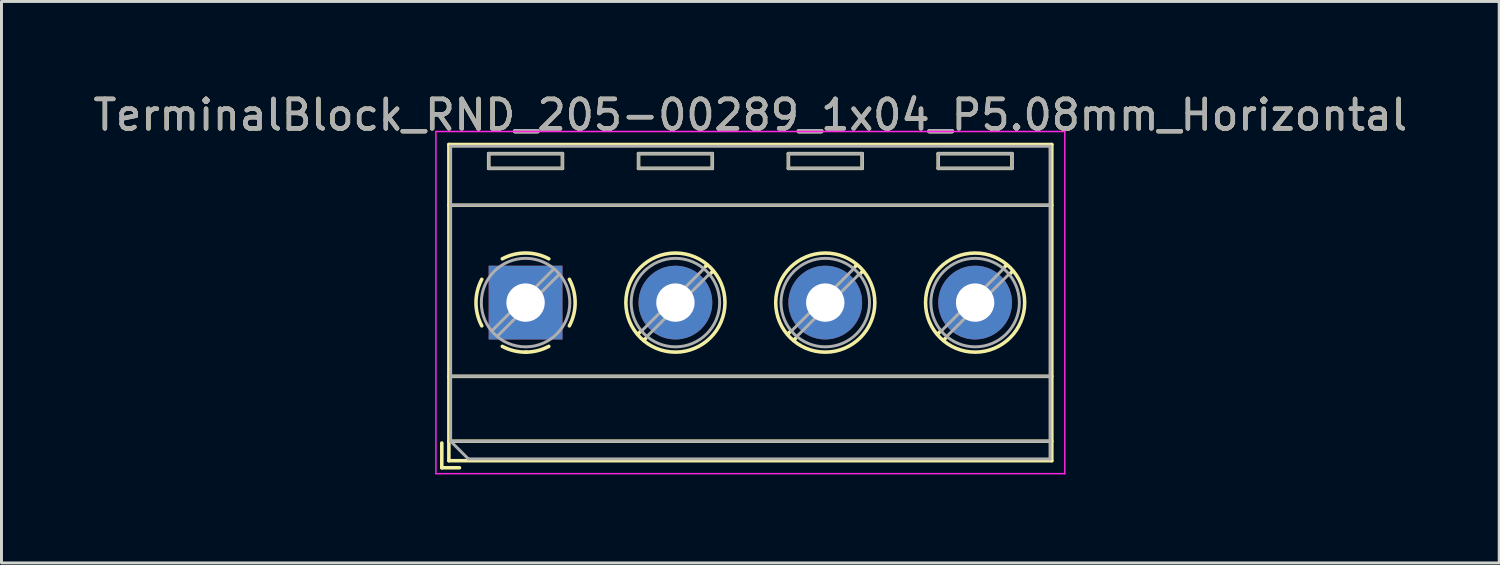
<source format=kicad_pcb>
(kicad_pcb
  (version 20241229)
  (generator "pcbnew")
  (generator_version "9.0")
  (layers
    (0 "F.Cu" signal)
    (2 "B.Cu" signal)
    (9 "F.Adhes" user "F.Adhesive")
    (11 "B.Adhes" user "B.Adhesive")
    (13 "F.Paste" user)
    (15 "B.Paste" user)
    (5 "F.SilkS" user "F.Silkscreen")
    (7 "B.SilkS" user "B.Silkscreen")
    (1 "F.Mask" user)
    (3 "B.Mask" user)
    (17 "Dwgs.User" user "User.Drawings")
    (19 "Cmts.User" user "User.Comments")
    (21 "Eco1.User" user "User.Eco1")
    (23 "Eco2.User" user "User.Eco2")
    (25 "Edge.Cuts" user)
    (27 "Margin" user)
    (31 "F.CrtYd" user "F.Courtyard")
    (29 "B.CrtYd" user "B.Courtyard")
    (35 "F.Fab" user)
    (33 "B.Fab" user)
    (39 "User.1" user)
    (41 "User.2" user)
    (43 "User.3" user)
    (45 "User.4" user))
  (footprint "TerminalBlock_RND_205-00289_1x04_P5.08mm_Horizontal"
    (layer "F.Cu")
    (at 14.767 7.208)
    (property "Reference" "TerminalBlock_RND_205-00289_1x04_P5.08mm_Horizontal" (at 7.62 -6.36 0) (layer "F.SilkS") (effects (font (size 1 1) (thickness 0.15))))
    (attr through_hole)
    (fp_line (start -2.84 4.76) (end -2.84 5.6) (stroke (width 0.12) (type solid)) (layer "F.SilkS"))
    (fp_line (start -2.84 5.6) (end -2.24 5.6) (stroke (width 0.12) (type solid)) (layer "F.SilkS"))
    (fp_line (start -2.6 -5.36) (end -2.6 5.36) (stroke (width 0.12) (type solid)) (layer "F.SilkS"))
    (fp_line (start -2.6 -5.36) (end 17.84 -5.36) (stroke (width 0.12) (type solid)) (layer "F.SilkS"))
    (fp_line (start -2.6 -3.3) (end 17.84 -3.3) (stroke (width 0.12) (type solid)) (layer "F.SilkS"))
    (fp_line (start -2.6 2.5) (end 17.84 2.5) (stroke (width 0.12) (type solid)) (layer "F.SilkS"))
    (fp_line (start -2.6 4.7) (end 17.84 4.7) (stroke (width 0.12) (type solid)) (layer "F.SilkS"))
    (fp_line (start -2.6 5.36) (end 17.84 5.36) (stroke (width 0.12) (type solid)) (layer "F.SilkS"))
    (fp_line (start -1.25 -5.05) (end -1.25 -4.55) (stroke (width 0.12) (type solid)) (layer "F.SilkS"))
    (fp_line (start -1.25 -5.05) (end 1.25 -5.05) (stroke (width 0.12) (type solid)) (layer "F.SilkS"))
    (fp_line (start -1.25 -4.55) (end 1.25 -4.55) (stroke (width 0.12) (type solid)) (layer "F.SilkS"))
    (fp_line (start 1.25 -5.05) (end 1.25 -4.55) (stroke (width 0.12) (type solid)) (layer "F.SilkS"))
    (fp_line (start 3.83 -5.05) (end 3.83 -4.55) (stroke (width 0.12) (type solid)) (layer "F.SilkS"))
    (fp_line (start 3.83 -5.05) (end 6.33 -5.05) (stroke (width 0.12) (type solid)) (layer "F.SilkS"))
    (fp_line (start 3.83 -4.55) (end 6.33 -4.55) (stroke (width 0.12) (type solid)) (layer "F.SilkS"))
    (fp_line (start 3.9 0.976) (end 3.806 1.069) (stroke (width 0.12) (type solid)) (layer "F.SilkS"))
    (fp_line (start 4.07 1.216) (end 4.011 1.274) (stroke (width 0.12) (type solid)) (layer "F.SilkS"))
    (fp_line (start 6.15 -1.275) (end 6.091 -1.216) (stroke (width 0.12) (type solid)) (layer "F.SilkS"))
    (fp_line (start 6.33 -5.05) (end 6.33 -4.55) (stroke (width 0.12) (type solid)) (layer "F.SilkS"))
    (fp_line (start 6.355 -1.069) (end 6.261 -0.976) (stroke (width 0.12) (type solid)) (layer "F.SilkS"))
    (fp_line (start 8.91 -5.05) (end 8.91 -4.55) (stroke (width 0.12) (type solid)) (layer "F.SilkS"))
    (fp_line (start 8.91 -5.05) (end 11.41 -5.05) (stroke (width 0.12) (type solid)) (layer "F.SilkS"))
    (fp_line (start 8.91 -4.55) (end 11.41 -4.55) (stroke (width 0.12) (type solid)) (layer "F.SilkS"))
    (fp_line (start 8.98 0.976) (end 8.886 1.069) (stroke (width 0.12) (type solid)) (layer "F.SilkS"))
    (fp_line (start 9.15 1.216) (end 9.091 1.274) (stroke (width 0.12) (type solid)) (layer "F.SilkS"))
    (fp_line (start 11.23 -1.275) (end 11.171 -1.216) (stroke (width 0.12) (type solid)) (layer "F.SilkS"))
    (fp_line (start 11.41 -5.05) (end 11.41 -4.55) (stroke (width 0.12) (type solid)) (layer "F.SilkS"))
    (fp_line (start 11.435 -1.069) (end 11.341 -0.976) (stroke (width 0.12) (type solid)) (layer "F.SilkS"))
    (fp_line (start 13.99 -5.05) (end 13.99 -4.55) (stroke (width 0.12) (type solid)) (layer "F.SilkS"))
    (fp_line (start 13.99 -5.05) (end 16.49 -5.05) (stroke (width 0.12) (type solid)) (layer "F.SilkS"))
    (fp_line (start 13.99 -4.55) (end 16.49 -4.55) (stroke (width 0.12) (type solid)) (layer "F.SilkS"))
    (fp_line (start 14.06 0.976) (end 13.966 1.069) (stroke (width 0.12) (type solid)) (layer "F.SilkS"))
    (fp_line (start 14.23 1.216) (end 14.171 1.274) (stroke (width 0.12) (type solid)) (layer "F.SilkS"))
    (fp_line (start 16.31 -1.275) (end 16.251 -1.216) (stroke (width 0.12) (type solid)) (layer "F.SilkS"))
    (fp_line (start 16.49 -5.05) (end 16.49 -4.55) (stroke (width 0.12) (type solid)) (layer "F.SilkS"))
    (fp_line (start 16.515 -1.069) (end 16.421 -0.976) (stroke (width 0.12) (type solid)) (layer "F.SilkS"))
    (fp_line (start 17.84 -5.36) (end 17.84 5.36) (stroke (width 0.12) (type solid)) (layer "F.SilkS"))
    (fp_arc (start -1.483953 0.789089) (mid -1.680708 0.00005) (end -1.484 -0.789) (stroke (width 0.12) (type solid)) (layer "F.SilkS"))
    (fp_arc (start -0.789089 -1.483953) (mid -0.00005 -1.680708) (end 0.789 -1.484) (stroke (width 0.12) (type solid)) (layer "F.SilkS"))
    (fp_arc (start 0.029383 1.68045) (mid -0.392304 1.634281) (end -0.789 1.484) (stroke (width 0.12) (type solid)) (layer "F.SilkS"))
    (fp_arc (start 0.788712 1.483352) (mid 0.406429 1.630097) (end 0 1.68) (stroke (width 0.12) (type solid)) (layer "F.SilkS"))
    (fp_arc (start 1.483953 -0.789089) (mid 1.680708 -0.00005) (end 1.484 0.789) (stroke (width 0.12) (type solid)) (layer "F.SilkS"))
    (fp_circle (center 5.08 0) (end 6.76 0) (stroke (width 0.12) (type solid)) (fill no) (layer "F.SilkS"))
    (fp_circle (center 10.16 0) (end 11.84 0) (stroke (width 0.12) (type solid)) (fill no) (layer "F.SilkS"))
    (fp_circle (center 15.24 0) (end 16.92 0) (stroke (width 0.12) (type solid)) (fill no) (layer "F.SilkS"))
    (fp_line (start -3.04 -5.8) (end -3.04 5.8) (stroke (width 0.05) (type solid)) (layer "F.CrtYd"))
    (fp_line (start -3.04 5.8) (end 18.28 5.8) (stroke (width 0.05) (type solid)) (layer "F.CrtYd"))
    (fp_line (start 18.28 -5.8) (end -3.04 -5.8) (stroke (width 0.05) (type solid)) (layer "F.CrtYd"))
    (fp_line (start 18.28 5.8) (end 18.28 -5.8) (stroke (width 0.05) (type solid)) (layer "F.CrtYd"))
    (fp_line (start -2.54 -5.3) (end 17.78 -5.3) (stroke (width 0.1) (type solid)) (layer "F.Fab"))
    (fp_line (start -2.54 -3.3) (end 17.78 -3.3) (stroke (width 0.1) (type solid)) (layer "F.Fab"))
    (fp_line (start -2.54 2.5) (end 17.78 2.5) (stroke (width 0.1) (type solid)) (layer "F.Fab"))
    (fp_line (start -2.54 4.7) (end -2.54 -5.3) (stroke (width 0.1) (type solid)) (layer "F.Fab"))
    (fp_line (start -2.54 4.7) (end 17.78 4.7) (stroke (width 0.1) (type solid)) (layer "F.Fab"))
    (fp_line (start -1.94 5.3) (end -2.54 4.7) (stroke (width 0.1) (type solid)) (layer "F.Fab"))
    (fp_line (start -1.25 -5.05) (end -1.25 -4.55) (stroke (width 0.1) (type solid)) (layer "F.Fab"))
    (fp_line (start -1.25 -4.55) (end 1.25 -4.55) (stroke (width 0.1) (type solid)) (layer "F.Fab"))
    (fp_line (start 0.955 -1.138) (end -1.138 0.955) (stroke (width 0.1) (type solid)) (layer "F.Fab"))
    (fp_line (start 1.138 -0.955) (end -0.955 1.138) (stroke (width 0.1) (type solid)) (layer "F.Fab"))
    (fp_line (start 1.25 -5.05) (end -1.25 -5.05) (stroke (width 0.1) (type solid)) (layer "F.Fab"))
    (fp_line (start 1.25 -4.55) (end 1.25 -5.05) (stroke (width 0.1) (type solid)) (layer "F.Fab"))
    (fp_line (start 3.83 -5.05) (end 3.83 -4.55) (stroke (width 0.1) (type solid)) (layer "F.Fab"))
    (fp_line (start 3.83 -4.55) (end 6.33 -4.55) (stroke (width 0.1) (type solid)) (layer "F.Fab"))
    (fp_line (start 6.035 -1.138) (end 3.943 0.955) (stroke (width 0.1) (type solid)) (layer "F.Fab"))
    (fp_line (start 6.218 -0.955) (end 4.126 1.138) (stroke (width 0.1) (type solid)) (layer "F.Fab"))
    (fp_line (start 6.33 -5.05) (end 3.83 -5.05) (stroke (width 0.1) (type solid)) (layer "F.Fab"))
    (fp_line (start 6.33 -4.55) (end 6.33 -5.05) (stroke (width 0.1) (type solid)) (layer "F.Fab"))
    (fp_line (start 8.91 -5.05) (end 8.91 -4.55) (stroke (width 0.1) (type solid)) (layer "F.Fab"))
    (fp_line (start 8.91 -4.55) (end 11.41 -4.55) (stroke (width 0.1) (type solid)) (layer "F.Fab"))
    (fp_line (start 11.115 -1.138) (end 9.023 0.955) (stroke (width 0.1) (type solid)) (layer "F.Fab"))
    (fp_line (start 11.298 -0.955) (end 9.206 1.138) (stroke (width 0.1) (type solid)) (layer "F.Fab"))
    (fp_line (start 11.41 -5.05) (end 8.91 -5.05) (stroke (width 0.1) (type solid)) (layer "F.Fab"))
    (fp_line (start 11.41 -4.55) (end 11.41 -5.05) (stroke (width 0.1) (type solid)) (layer "F.Fab"))
    (fp_line (start 13.99 -5.05) (end 13.99 -4.55) (stroke (width 0.1) (type solid)) (layer "F.Fab"))
    (fp_line (start 13.99 -4.55) (end 16.49 -4.55) (stroke (width 0.1) (type solid)) (layer "F.Fab"))
    (fp_line (start 16.195 -1.138) (end 14.103 0.955) (stroke (width 0.1) (type solid)) (layer "F.Fab"))
    (fp_line (start 16.378 -0.955) (end 14.286 1.138) (stroke (width 0.1) (type solid)) (layer "F.Fab"))
    (fp_line (start 16.49 -5.05) (end 13.99 -5.05) (stroke (width 0.1) (type solid)) (layer "F.Fab"))
    (fp_line (start 16.49 -4.55) (end 16.49 -5.05) (stroke (width 0.1) (type solid)) (layer "F.Fab"))
    (fp_line (start 17.78 -5.3) (end 17.78 5.3) (stroke (width 0.1) (type solid)) (layer "F.Fab"))
    (fp_line (start 17.78 5.3) (end -1.94 5.3) (stroke (width 0.1) (type solid)) (layer "F.Fab"))
    (fp_circle (center 0 0) (end 1.5 0) (stroke (width 0.1) (type solid)) (fill no) (layer "F.Fab"))
    (fp_circle (center 5.08 0) (end 6.58 0) (stroke (width 0.1) (type solid)) (fill no) (layer "F.Fab"))
    (fp_circle (center 10.16 0) (end 11.66 0) (stroke (width 0.1) (type solid)) (fill no) (layer "F.Fab"))
    (fp_circle (center 15.24 0) (end 16.74 0) (stroke (width 0.1) (type solid)) (fill no) (layer "F.Fab"))
    (fp_text user "${REFERENCE}" (at 7.62 -6.36 0) (layer "F.Fab") (effects (font (size 1 1) (thickness 0.15))))
    (pad "1" thru_hole rect (at 0 0) (size 2.5 2.5) (drill 1.3) (layers "*.Cu" "*.Mask"))
    (pad "2" thru_hole circle (at 5.08 0) (size 2.5 2.5) (drill 1.3) (layers "*.Cu" "*.Mask"))
    (pad "3" thru_hole circle (at 10.16 0) (size 2.5 2.5) (drill 1.3) (layers "*.Cu" "*.Mask"))
    (pad "4" thru_hole circle (at 15.24 0) (size 2.5 2.5) (drill 1.3) (layers "*.Cu" "*.Mask")))
  (gr_rect
    (start -3 -3)
    (end 47.774 16.033)
    (stroke (width 0.1) (type default))
    (fill no)
    (layer "Edge.Cuts")))
</source>
